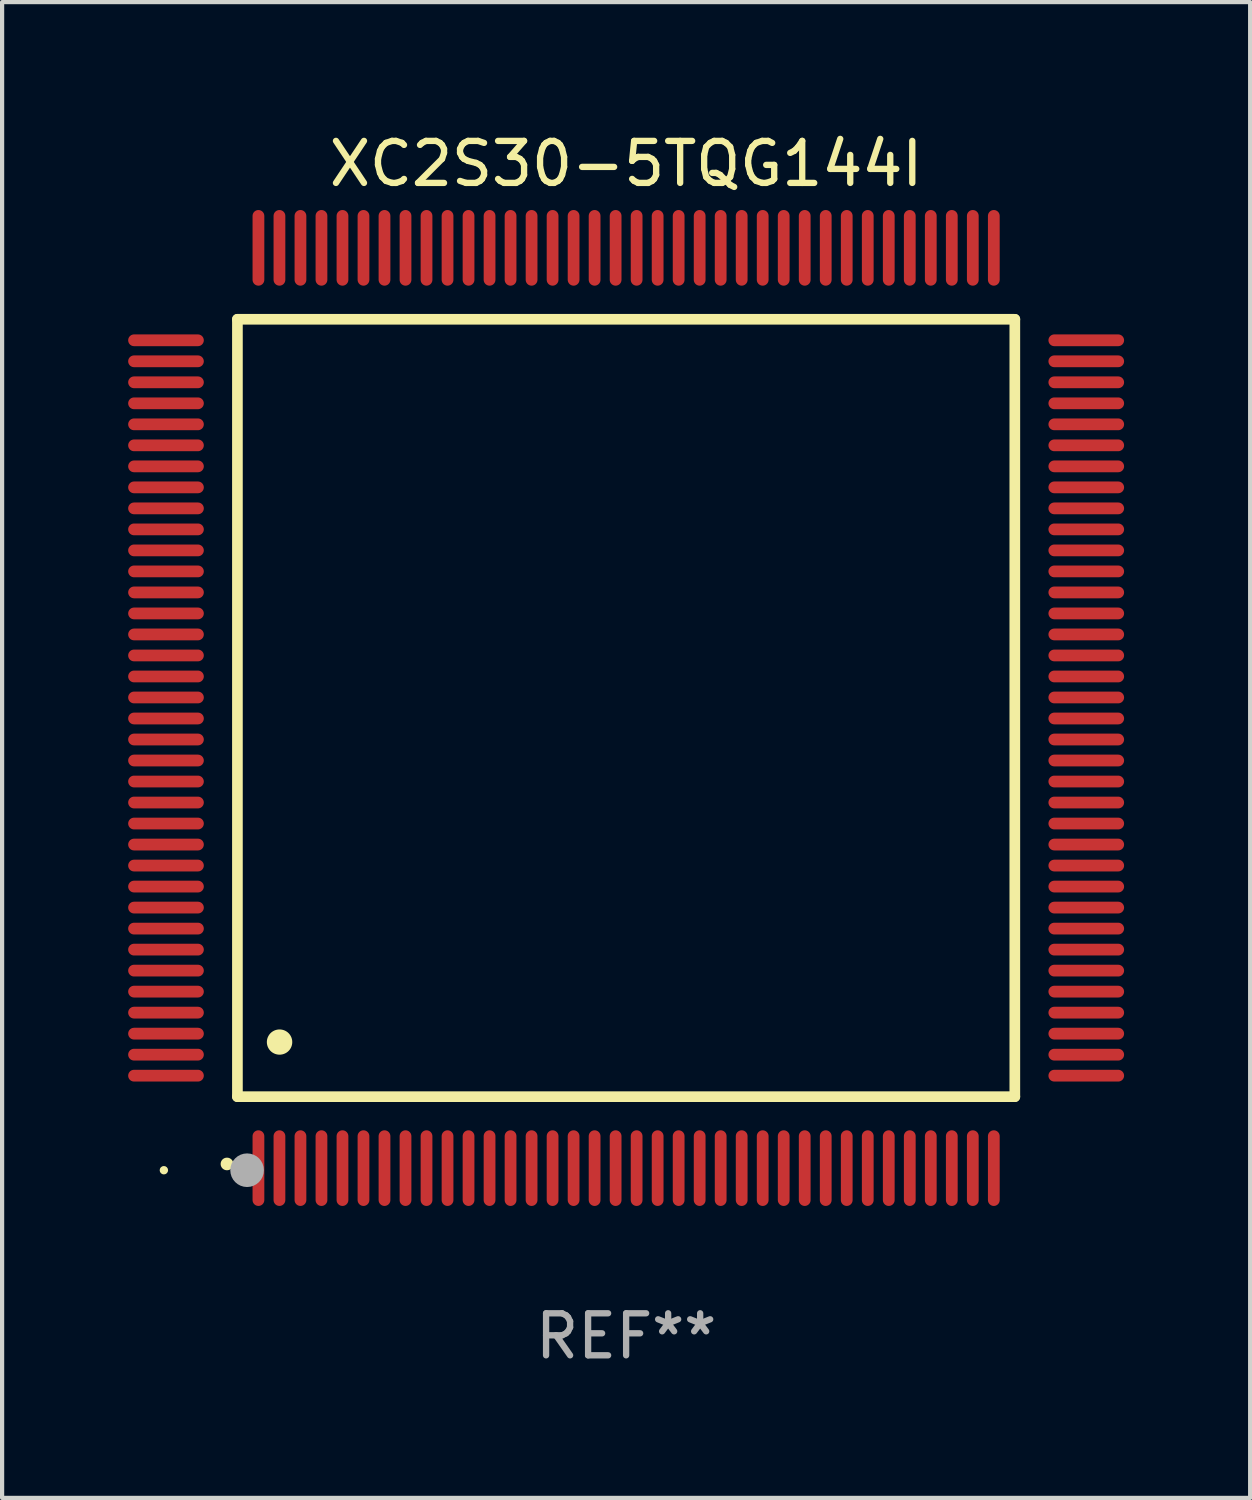
<source format=kicad_pcb>
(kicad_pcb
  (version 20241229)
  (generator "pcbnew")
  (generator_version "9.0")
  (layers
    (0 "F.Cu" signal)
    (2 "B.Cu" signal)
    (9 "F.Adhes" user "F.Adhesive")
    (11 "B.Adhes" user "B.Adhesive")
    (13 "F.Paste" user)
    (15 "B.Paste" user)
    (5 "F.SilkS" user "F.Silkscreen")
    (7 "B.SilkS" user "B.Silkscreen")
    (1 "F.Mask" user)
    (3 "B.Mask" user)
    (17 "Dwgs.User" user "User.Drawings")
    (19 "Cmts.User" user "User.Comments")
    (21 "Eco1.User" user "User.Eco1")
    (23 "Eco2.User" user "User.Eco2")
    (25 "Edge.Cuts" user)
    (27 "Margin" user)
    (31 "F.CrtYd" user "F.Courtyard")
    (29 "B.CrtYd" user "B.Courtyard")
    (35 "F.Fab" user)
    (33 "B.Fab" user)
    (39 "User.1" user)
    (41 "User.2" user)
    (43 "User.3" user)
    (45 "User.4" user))
  (footprint "XC2S30-5TQG144I"
    (layer "F.Cu")
    (at 11.85 13.798)
    (property "Reference" "XC2S30-5TQG144I" (at 0 -12.95 0) (layer "F.SilkS") (effects (font (size 1 1) (thickness 0.15))))
    (attr through_hole)
    (fp_line (start -9.25 -9.25) (end -9.25 9.25) (stroke (width 0.254) (type solid)) (layer "F.SilkS"))
    (fp_line (start -9.25 9.25) (end 9.25 9.25) (stroke (width 0.254) (type solid)) (layer "F.SilkS"))
    (fp_line (start 9.25 -9.25) (end -9.25 -9.25) (stroke (width 0.254) (type solid)) (layer "F.SilkS"))
    (fp_line (start 9.25 9.25) (end 9.25 -9.25) (stroke (width 0.254) (type solid)) (layer "F.SilkS"))
    (fp_arc (start -9.499619 10.850902) (mid -9.498349 10.850897) (end -9.497079 10.850902) (stroke (width 0.3) (type solid)) (layer "F.SilkS"))
    (fp_arc (start -8.249936 7.950216) (mid -8.247396 7.950205) (end -8.244856 7.950216) (stroke (width 0.6) (type solid)) (layer "F.SilkS"))
    (fp_circle (center -11 11) (end -10.95 11) (stroke (width 0.1) (type solid)) (fill no) (layer "F.SilkS"))
    (fp_circle (center -9.02 11) (end -8.82 11) (stroke (width 0.4) (type solid)) (fill no) (layer "F.Fab"))
    (fp_text user "REF**" (at 0 14.95 0) (layer "F.Fab") (effects (font (size 1 1) (thickness 0.15))))
    (pad "1" smd oval (at -8.75 10.95) (size 0.28 1.8) (layers "F.Cu" "F.Mask" "F.Paste"))
    (pad "2" smd oval (at -8.25 10.95) (size 0.28 1.8) (layers "F.Cu" "F.Mask" "F.Paste"))
    (pad "3" smd oval (at -7.75 10.95) (size 0.28 1.8) (layers "F.Cu" "F.Mask" "F.Paste"))
    (pad "4" smd oval (at -7.25 10.95) (size 0.28 1.8) (layers "F.Cu" "F.Mask" "F.Paste"))
    (pad "5" smd oval (at -6.75 10.95) (size 0.28 1.8) (layers "F.Cu" "F.Mask" "F.Paste"))
    (pad "6" smd oval (at -6.25 10.95) (size 0.28 1.8) (layers "F.Cu" "F.Mask" "F.Paste"))
    (pad "7" smd oval (at -5.75 10.95) (size 0.28 1.8) (layers "F.Cu" "F.Mask" "F.Paste"))
    (pad "8" smd oval (at -5.25 10.95) (size 0.28 1.8) (layers "F.Cu" "F.Mask" "F.Paste"))
    (pad "9" smd oval (at -4.75 10.95) (size 0.28 1.8) (layers "F.Cu" "F.Mask" "F.Paste"))
    (pad "10" smd oval (at -4.25 10.95) (size 0.28 1.8) (layers "F.Cu" "F.Mask" "F.Paste"))
    (pad "11" smd oval (at -3.75 10.95) (size 0.28 1.8) (layers "F.Cu" "F.Mask" "F.Paste"))
    (pad "12" smd oval (at -3.25 10.95) (size 0.28 1.8) (layers "F.Cu" "F.Mask" "F.Paste"))
    (pad "13" smd oval (at -2.75 10.95) (size 0.28 1.8) (layers "F.Cu" "F.Mask" "F.Paste"))
    (pad "14" smd oval (at -2.25 10.95) (size 0.28 1.8) (layers "F.Cu" "F.Mask" "F.Paste"))
    (pad "15" smd oval (at -1.75 10.95) (size 0.28 1.8) (layers "F.Cu" "F.Mask" "F.Paste"))
    (pad "16" smd oval (at -1.25 10.95) (size 0.28 1.8) (layers "F.Cu" "F.Mask" "F.Paste"))
    (pad "17" smd oval (at -0.75 10.95) (size 0.28 1.8) (layers "F.Cu" "F.Mask" "F.Paste"))
    (pad "18" smd oval (at -0.25 10.95) (size 0.28 1.8) (layers "F.Cu" "F.Mask" "F.Paste"))
    (pad "19" smd oval (at 0.25 10.95) (size 0.28 1.8) (layers "F.Cu" "F.Mask" "F.Paste"))
    (pad "20" smd oval (at 0.75 10.95) (size 0.28 1.8) (layers "F.Cu" "F.Mask" "F.Paste"))
    (pad "21" smd oval (at 1.25 10.95) (size 0.28 1.8) (layers "F.Cu" "F.Mask" "F.Paste"))
    (pad "22" smd oval (at 1.75 10.95) (size 0.28 1.8) (layers "F.Cu" "F.Mask" "F.Paste"))
    (pad "23" smd oval (at 2.25 10.95) (size 0.28 1.8) (layers "F.Cu" "F.Mask" "F.Paste"))
    (pad "24" smd oval (at 2.75 10.95) (size 0.28 1.8) (layers "F.Cu" "F.Mask" "F.Paste"))
    (pad "25" smd oval (at 3.25 10.95) (size 0.28 1.8) (layers "F.Cu" "F.Mask" "F.Paste"))
    (pad "26" smd oval (at 3.75 10.95) (size 0.28 1.8) (layers "F.Cu" "F.Mask" "F.Paste"))
    (pad "27" smd oval (at 4.25 10.95) (size 0.28 1.8) (layers "F.Cu" "F.Mask" "F.Paste"))
    (pad "28" smd oval (at 4.75 10.95) (size 0.28 1.8) (layers "F.Cu" "F.Mask" "F.Paste"))
    (pad "29" smd oval (at 5.25 10.95) (size 0.28 1.8) (layers "F.Cu" "F.Mask" "F.Paste"))
    (pad "30" smd oval (at 5.75 10.95) (size 0.28 1.8) (layers "F.Cu" "F.Mask" "F.Paste"))
    (pad "31" smd oval (at 6.25 10.95) (size 0.28 1.8) (layers "F.Cu" "F.Mask" "F.Paste"))
    (pad "32" smd oval (at 6.75 10.95) (size 0.28 1.8) (layers "F.Cu" "F.Mask" "F.Paste"))
    (pad "33" smd oval (at 7.25 10.95) (size 0.28 1.8) (layers "F.Cu" "F.Mask" "F.Paste"))
    (pad "34" smd oval (at 7.75 10.95) (size 0.28 1.8) (layers "F.Cu" "F.Mask" "F.Paste"))
    (pad "35" smd oval (at 8.25 10.95) (size 0.28 1.8) (layers "F.Cu" "F.Mask" "F.Paste"))
    (pad "36" smd oval (at 8.75 10.95) (size 0.28 1.8) (layers "F.Cu" "F.Mask" "F.Paste"))
    (pad "37" smd oval (at 10.95 8.75) (size 1.8 0.28) (layers "F.Cu" "F.Mask" "F.Paste"))
    (pad "38" smd oval (at 10.95 8.25) (size 1.8 0.28) (layers "F.Cu" "F.Mask" "F.Paste"))
    (pad "39" smd oval (at 10.95 7.75) (size 1.8 0.28) (layers "F.Cu" "F.Mask" "F.Paste"))
    (pad "40" smd oval (at 10.95 7.25) (size 1.8 0.28) (layers "F.Cu" "F.Mask" "F.Paste"))
    (pad "41" smd oval (at 10.95 6.75) (size 1.8 0.28) (layers "F.Cu" "F.Mask" "F.Paste"))
    (pad "42" smd oval (at 10.95 6.25) (size 1.8 0.28) (layers "F.Cu" "F.Mask" "F.Paste"))
    (pad "43" smd oval (at 10.95 5.75) (size 1.8 0.28) (layers "F.Cu" "F.Mask" "F.Paste"))
    (pad "44" smd oval (at 10.95 5.25) (size 1.8 0.28) (layers "F.Cu" "F.Mask" "F.Paste"))
    (pad "45" smd oval (at 10.95 4.75) (size 1.8 0.28) (layers "F.Cu" "F.Mask" "F.Paste"))
    (pad "46" smd oval (at 10.95 4.25) (size 1.8 0.28) (layers "F.Cu" "F.Mask" "F.Paste"))
    (pad "47" smd oval (at 10.95 3.75) (size 1.8 0.28) (layers "F.Cu" "F.Mask" "F.Paste"))
    (pad "48" smd oval (at 10.95 3.25) (size 1.8 0.28) (layers "F.Cu" "F.Mask" "F.Paste"))
    (pad "49" smd oval (at 10.95 2.75) (size 1.8 0.28) (layers "F.Cu" "F.Mask" "F.Paste"))
    (pad "50" smd oval (at 10.95 2.25) (size 1.8 0.28) (layers "F.Cu" "F.Mask" "F.Paste"))
    (pad "51" smd oval (at 10.95 1.75) (size 1.8 0.28) (layers "F.Cu" "F.Mask" "F.Paste"))
    (pad "52" smd oval (at 10.95 1.25) (size 1.8 0.28) (layers "F.Cu" "F.Mask" "F.Paste"))
    (pad "53" smd oval (at 10.95 0.75) (size 1.8 0.28) (layers "F.Cu" "F.Mask" "F.Paste"))
    (pad "54" smd oval (at 10.95 0.25) (size 1.8 0.28) (layers "F.Cu" "F.Mask" "F.Paste"))
    (pad "55" smd oval (at 10.95 -0.25) (size 1.8 0.28) (layers "F.Cu" "F.Mask" "F.Paste"))
    (pad "56" smd oval (at 10.95 -0.75) (size 1.8 0.28) (layers "F.Cu" "F.Mask" "F.Paste"))
    (pad "57" smd oval (at 10.95 -1.25) (size 1.8 0.28) (layers "F.Cu" "F.Mask" "F.Paste"))
    (pad "58" smd oval (at 10.95 -1.75) (size 1.8 0.28) (layers "F.Cu" "F.Mask" "F.Paste"))
    (pad "59" smd oval (at 10.95 -2.25) (size 1.8 0.28) (layers "F.Cu" "F.Mask" "F.Paste"))
    (pad "60" smd oval (at 10.95 -2.75) (size 1.8 0.28) (layers "F.Cu" "F.Mask" "F.Paste"))
    (pad "61" smd oval (at 10.95 -3.25) (size 1.8 0.28) (layers "F.Cu" "F.Mask" "F.Paste"))
    (pad "62" smd oval (at 10.95 -3.75) (size 1.8 0.28) (layers "F.Cu" "F.Mask" "F.Paste"))
    (pad "63" smd oval (at 10.95 -4.25) (size 1.8 0.28) (layers "F.Cu" "F.Mask" "F.Paste"))
    (pad "64" smd oval (at 10.95 -4.75) (size 1.8 0.28) (layers "F.Cu" "F.Mask" "F.Paste"))
    (pad "65" smd oval (at 10.95 -5.25) (size 1.8 0.28) (layers "F.Cu" "F.Mask" "F.Paste"))
    (pad "66" smd oval (at 10.95 -5.75) (size 1.8 0.28) (layers "F.Cu" "F.Mask" "F.Paste"))
    (pad "67" smd oval (at 10.95 -6.25) (size 1.8 0.28) (layers "F.Cu" "F.Mask" "F.Paste"))
    (pad "68" smd oval (at 10.95 -6.75) (size 1.8 0.28) (layers "F.Cu" "F.Mask" "F.Paste"))
    (pad "69" smd oval (at 10.95 -7.25) (size 1.8 0.28) (layers "F.Cu" "F.Mask" "F.Paste"))
    (pad "70" smd oval (at 10.95 -7.75) (size 1.8 0.28) (layers "F.Cu" "F.Mask" "F.Paste"))
    (pad "71" smd oval (at 10.95 -8.25) (size 1.8 0.28) (layers "F.Cu" "F.Mask" "F.Paste"))
    (pad "72" smd oval (at 10.95 -8.75) (size 1.8 0.28) (layers "F.Cu" "F.Mask" "F.Paste"))
    (pad "73" smd oval (at 8.75 -10.95) (size 0.28 1.8) (layers "F.Cu" "F.Mask" "F.Paste"))
    (pad "74" smd oval (at 8.25 -10.95) (size 0.28 1.8) (layers "F.Cu" "F.Mask" "F.Paste"))
    (pad "75" smd oval (at 7.75 -10.95) (size 0.28 1.8) (layers "F.Cu" "F.Mask" "F.Paste"))
    (pad "76" smd oval (at 7.25 -10.95) (size 0.28 1.8) (layers "F.Cu" "F.Mask" "F.Paste"))
    (pad "77" smd oval (at 6.75 -10.95) (size 0.28 1.8) (layers "F.Cu" "F.Mask" "F.Paste"))
    (pad "78" smd oval (at 6.25 -10.95) (size 0.28 1.8) (layers "F.Cu" "F.Mask" "F.Paste"))
    (pad "79" smd oval (at 5.75 -10.95) (size 0.28 1.8) (layers "F.Cu" "F.Mask" "F.Paste"))
    (pad "80" smd oval (at 5.25 -10.95) (size 0.28 1.8) (layers "F.Cu" "F.Mask" "F.Paste"))
    (pad "81" smd oval (at 4.75 -10.95) (size 0.28 1.8) (layers "F.Cu" "F.Mask" "F.Paste"))
    (pad "82" smd oval (at 4.25 -10.95) (size 0.28 1.8) (layers "F.Cu" "F.Mask" "F.Paste"))
    (pad "83" smd oval (at 3.75 -10.95) (size 0.28 1.8) (layers "F.Cu" "F.Mask" "F.Paste"))
    (pad "84" smd oval (at 3.25 -10.95) (size 0.28 1.8) (layers "F.Cu" "F.Mask" "F.Paste"))
    (pad "85" smd oval (at 2.75 -10.95) (size 0.28 1.8) (layers "F.Cu" "F.Mask" "F.Paste"))
    (pad "86" smd oval (at 2.25 -10.95) (size 0.28 1.8) (layers "F.Cu" "F.Mask" "F.Paste"))
    (pad "87" smd oval (at 1.75 -10.95) (size 0.28 1.8) (layers "F.Cu" "F.Mask" "F.Paste"))
    (pad "88" smd oval (at 1.25 -10.95) (size 0.28 1.8) (layers "F.Cu" "F.Mask" "F.Paste"))
    (pad "89" smd oval (at 0.75 -10.95) (size 0.28 1.8) (layers "F.Cu" "F.Mask" "F.Paste"))
    (pad "90" smd oval (at 0.25 -10.95) (size 0.28 1.8) (layers "F.Cu" "F.Mask" "F.Paste"))
    (pad "91" smd oval (at -0.25 -10.95) (size 0.28 1.8) (layers "F.Cu" "F.Mask" "F.Paste"))
    (pad "92" smd oval (at -0.75 -10.95) (size 0.28 1.8) (layers "F.Cu" "F.Mask" "F.Paste"))
    (pad "93" smd oval (at -1.25 -10.95) (size 0.28 1.8) (layers "F.Cu" "F.Mask" "F.Paste"))
    (pad "94" smd oval (at -1.75 -10.95) (size 0.28 1.8) (layers "F.Cu" "F.Mask" "F.Paste"))
    (pad "95" smd oval (at -2.25 -10.95) (size 0.28 1.8) (layers "F.Cu" "F.Mask" "F.Paste"))
    (pad "96" smd oval (at -2.75 -10.95) (size 0.28 1.8) (layers "F.Cu" "F.Mask" "F.Paste"))
    (pad "97" smd oval (at -3.25 -10.95) (size 0.28 1.8) (layers "F.Cu" "F.Mask" "F.Paste"))
    (pad "98" smd oval (at -3.75 -10.95) (size 0.28 1.8) (layers "F.Cu" "F.Mask" "F.Paste"))
    (pad "99" smd oval (at -4.25 -10.95) (size 0.28 1.8) (layers "F.Cu" "F.Mask" "F.Paste"))
    (pad "100" smd oval (at -4.75 -10.95) (size 0.28 1.8) (layers "F.Cu" "F.Mask" "F.Paste"))
    (pad "101" smd oval (at -5.25 -10.95) (size 0.28 1.8) (layers "F.Cu" "F.Mask" "F.Paste"))
    (pad "102" smd oval (at -5.75 -10.95) (size 0.28 1.8) (layers "F.Cu" "F.Mask" "F.Paste"))
    (pad "103" smd oval (at -6.25 -10.95) (size 0.28 1.8) (layers "F.Cu" "F.Mask" "F.Paste"))
    (pad "104" smd oval (at -6.75 -10.95) (size 0.28 1.8) (layers "F.Cu" "F.Mask" "F.Paste"))
    (pad "105" smd oval (at -7.25 -10.95) (size 0.28 1.8) (layers "F.Cu" "F.Mask" "F.Paste"))
    (pad "106" smd oval (at -7.75 -10.95) (size 0.28 1.8) (layers "F.Cu" "F.Mask" "F.Paste"))
    (pad "107" smd oval (at -8.25 -10.95) (size 0.28 1.8) (layers "F.Cu" "F.Mask" "F.Paste"))
    (pad "108" smd oval (at -8.75 -10.95) (size 0.28 1.8) (layers "F.Cu" "F.Mask" "F.Paste"))
    (pad "109" smd oval (at -10.95 -8.75) (size 1.8 0.28) (layers "F.Cu" "F.Mask" "F.Paste"))
    (pad "110" smd oval (at -10.95 -8.25) (size 1.8 0.28) (layers "F.Cu" "F.Mask" "F.Paste"))
    (pad "111" smd oval (at -10.95 -7.75) (size 1.8 0.28) (layers "F.Cu" "F.Mask" "F.Paste"))
    (pad "112" smd oval (at -10.95 -7.25) (size 1.8 0.28) (layers "F.Cu" "F.Mask" "F.Paste"))
    (pad "113" smd oval (at -10.95 -6.75) (size 1.8 0.28) (layers "F.Cu" "F.Mask" "F.Paste"))
    (pad "114" smd oval (at -10.95 -6.25) (size 1.8 0.28) (layers "F.Cu" "F.Mask" "F.Paste"))
    (pad "115" smd oval (at -10.95 -5.75) (size 1.8 0.28) (layers "F.Cu" "F.Mask" "F.Paste"))
    (pad "116" smd oval (at -10.95 -5.25) (size 1.8 0.28) (layers "F.Cu" "F.Mask" "F.Paste"))
    (pad "117" smd oval (at -10.95 -4.75) (size 1.8 0.28) (layers "F.Cu" "F.Mask" "F.Paste"))
    (pad "118" smd oval (at -10.95 -4.25) (size 1.8 0.28) (layers "F.Cu" "F.Mask" "F.Paste"))
    (pad "119" smd oval (at -10.95 -3.75) (size 1.8 0.28) (layers "F.Cu" "F.Mask" "F.Paste"))
    (pad "120" smd oval (at -10.95 -3.25) (size 1.8 0.28) (layers "F.Cu" "F.Mask" "F.Paste"))
    (pad "121" smd oval (at -10.95 -2.75) (size 1.8 0.28) (layers "F.Cu" "F.Mask" "F.Paste"))
    (pad "122" smd oval (at -10.95 -2.25) (size 1.8 0.28) (layers "F.Cu" "F.Mask" "F.Paste"))
    (pad "123" smd oval (at -10.95 -1.75) (size 1.8 0.28) (layers "F.Cu" "F.Mask" "F.Paste"))
    (pad "124" smd oval (at -10.95 -1.25) (size 1.8 0.28) (layers "F.Cu" "F.Mask" "F.Paste"))
    (pad "125" smd oval (at -10.95 -0.75) (size 1.8 0.28) (layers "F.Cu" "F.Mask" "F.Paste"))
    (pad "126" smd oval (at -10.95 -0.25) (size 1.8 0.28) (layers "F.Cu" "F.Mask" "F.Paste"))
    (pad "127" smd oval (at -10.95 0.25) (size 1.8 0.28) (layers "F.Cu" "F.Mask" "F.Paste"))
    (pad "128" smd oval (at -10.95 0.75) (size 1.8 0.28) (layers "F.Cu" "F.Mask" "F.Paste"))
    (pad "129" smd oval (at -10.95 1.25) (size 1.8 0.28) (layers "F.Cu" "F.Mask" "F.Paste"))
    (pad "130" smd oval (at -10.95 1.75) (size 1.8 0.28) (layers "F.Cu" "F.Mask" "F.Paste"))
    (pad "131" smd oval (at -10.95 2.25) (size 1.8 0.28) (layers "F.Cu" "F.Mask" "F.Paste"))
    (pad "132" smd oval (at -10.95 2.75) (size 1.8 0.28) (layers "F.Cu" "F.Mask" "F.Paste"))
    (pad "133" smd oval (at -10.95 3.25) (size 1.8 0.28) (layers "F.Cu" "F.Mask" "F.Paste"))
    (pad "134" smd oval (at -10.95 3.75) (size 1.8 0.28) (layers "F.Cu" "F.Mask" "F.Paste"))
    (pad "135" smd oval (at -10.95 4.25) (size 1.8 0.28) (layers "F.Cu" "F.Mask" "F.Paste"))
    (pad "136" smd oval (at -10.95 4.75) (size 1.8 0.28) (layers "F.Cu" "F.Mask" "F.Paste"))
    (pad "137" smd oval (at -10.95 5.25) (size 1.8 0.28) (layers "F.Cu" "F.Mask" "F.Paste"))
    (pad "138" smd oval (at -10.95 5.75) (size 1.8 0.28) (layers "F.Cu" "F.Mask" "F.Paste"))
    (pad "139" smd oval (at -10.95 6.25) (size 1.8 0.28) (layers "F.Cu" "F.Mask" "F.Paste"))
    (pad "140" smd oval (at -10.95 6.75) (size 1.8 0.28) (layers "F.Cu" "F.Mask" "F.Paste"))
    (pad "141" smd oval (at -10.95 7.25) (size 1.8 0.28) (layers "F.Cu" "F.Mask" "F.Paste"))
    (pad "142" smd oval (at -10.95 7.75) (size 1.8 0.28) (layers "F.Cu" "F.Mask" "F.Paste"))
    (pad "143" smd oval (at -10.95 8.25) (size 1.8 0.28) (layers "F.Cu" "F.Mask" "F.Paste"))
    (pad "144" smd oval (at -10.95 8.75) (size 1.8 0.28) (layers "F.Cu" "F.Mask" "F.Paste")))
  (gr_rect
    (start -3 -3)
    (end 26.7 32.596)
    (stroke (width 0.1) (type default))
    (fill no)
    (layer "Edge.Cuts")))
</source>
